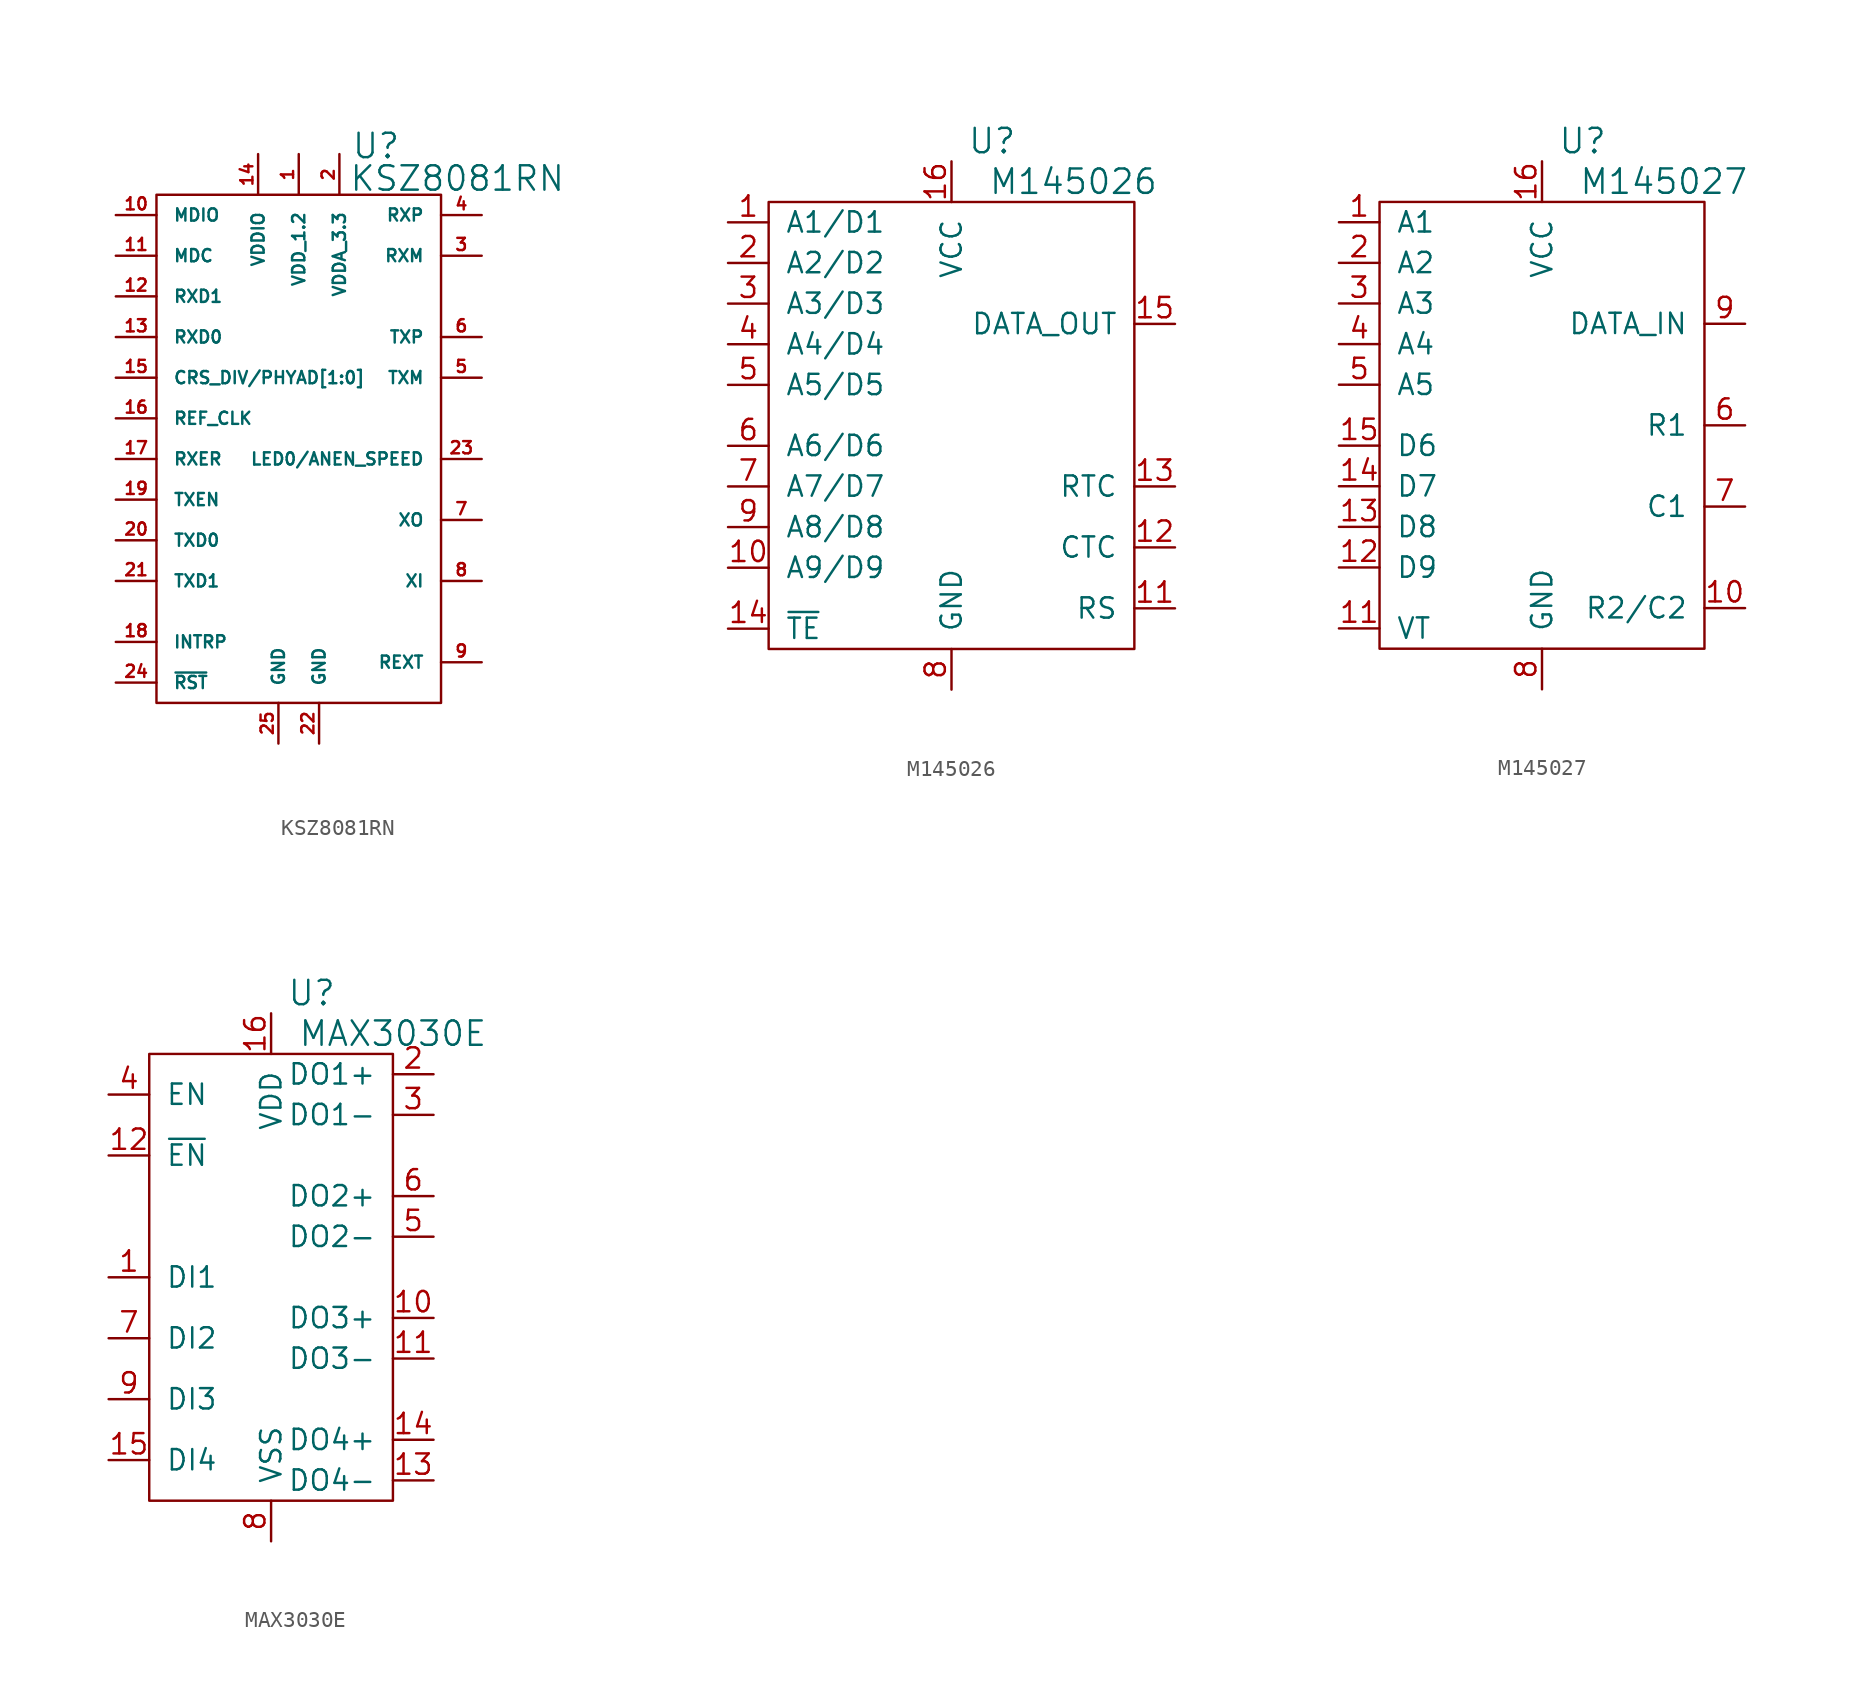
<source format=kicad_sym>
(kicad_symbol_lib
  (version 20220914)
  (generator kicad_symbol_editor)
  (symbol "KSZ8081RN"
    (pin_names
      (offset 1.016))
    (property "Reference" "U"
      (at 4.826 18.288 0)
      (effects (font (size 1.524 1.524))))
    (property "Value" "KSZ8081RN"
      (at 9.906 16.256 0)
      (effects (font (size 1.524 1.524))))
    (property "Footprint" ""
      (at 0 0 0)
      (effects (font (size 1.524 1.524))))
    (property "Datasheet" ""
      (at 0 0 0)
      (effects (font (size 1.524 1.524))))
    (symbol "KSZ8081RN_0_1"
      (rectangle (start -8.89 15.24) (end 8.89 -16.51) (stroke (width 0) (type solid)) (fill (type none))))
    (symbol "KSZ8081RN_1_1"
      (pin passive line (at 0 17.78 270) (length 2.54) (name "VDD_1.2" (effects (font (size 0.762 0.762)))) (number "1" (effects (font (size 0.762 0.762)))))
      (pin passive line (at -11.43 13.97 0) (length 2.54) (name "MDIO" (effects (font (size 0.762 0.762)))) (number "10" (effects (font (size 0.762 0.762)))))
      (pin passive line (at -11.43 11.43 0) (length 2.54) (name "MDC" (effects (font (size 0.762 0.762)))) (number "11" (effects (font (size 0.762 0.762)))))
      (pin passive line (at -11.43 8.89 0) (length 2.54) (name "RXD1" (effects (font (size 0.762 0.762)))) (number "12" (effects (font (size 0.762 0.762)))))
      (pin passive line (at -11.43 6.35 0) (length 2.54) (name "RXD0" (effects (font (size 0.762 0.762)))) (number "13" (effects (font (size 0.762 0.762)))))
      (pin passive line (at -2.54 17.78 270) (length 2.54) (name "VDDIO" (effects (font (size 0.762 0.762)))) (number "14" (effects (font (size 0.762 0.762)))))
      (pin passive line (at -11.43 3.81 0) (length 2.54) (name "CRS_DIV/PHYAD[1:0]" (effects (font (size 0.762 0.762)))) (number "15" (effects (font (size 0.762 0.762)))))
      (pin passive line (at -11.43 1.27 0) (length 2.54) (name "REF_CLK" (effects (font (size 0.762 0.762)))) (number "16" (effects (font (size 0.762 0.762)))))
      (pin passive line (at -11.43 -1.27 0) (length 2.54) (name "RXER" (effects (font (size 0.762 0.762)))) (number "17" (effects (font (size 0.762 0.762)))))
      (pin passive line (at -11.43 -12.7 0) (length 2.54) (name "INTRP" (effects (font (size 0.762 0.762)))) (number "18" (effects (font (size 0.762 0.762)))))
      (pin passive line (at -11.43 -3.81 0) (length 2.54) (name "TXEN" (effects (font (size 0.762 0.762)))) (number "19" (effects (font (size 0.762 0.762)))))
      (pin passive line (at 2.54 17.78 270) (length 2.54) (name "VDDA_3.3" (effects (font (size 0.762 0.762)))) (number "2" (effects (font (size 0.762 0.762)))))
      (pin passive line (at -11.43 -6.35 0) (length 2.54) (name "TXD0" (effects (font (size 0.762 0.762)))) (number "20" (effects (font (size 0.762 0.762)))))
      (pin passive line (at -11.43 -8.89 0) (length 2.54) (name "TXD1" (effects (font (size 0.762 0.762)))) (number "21" (effects (font (size 0.762 0.762)))))
      (pin passive line (at 1.27 -19.05 90) (length 2.54) (name "GND" (effects (font (size 0.762 0.762)))) (number "22" (effects (font (size 0.762 0.762)))))
      (pin passive line (at 11.43 -1.27 180) (length 2.54) (name "LED0/ANEN_SPEED" (effects (font (size 0.762 0.762)))) (number "23" (effects (font (size 0.762 0.762)))))
      (pin passive line (at -11.43 -15.24 0) (length 2.54) (name "~{RST}" (effects (font (size 0.762 0.762)))) (number "24" (effects (font (size 0.762 0.762)))))
      (pin passive line (at -1.27 -19.05 90) (length 2.54) (name "GND" (effects (font (size 0.762 0.762)))) (number "25" (effects (font (size 0.762 0.762)))))
      (pin passive line (at 11.43 11.43 180) (length 2.54) (name "RXM" (effects (font (size 0.762 0.762)))) (number "3" (effects (font (size 0.762 0.762)))))
      (pin passive line (at 11.43 13.97 180) (length 2.54) (name "RXP" (effects (font (size 0.762 0.762)))) (number "4" (effects (font (size 0.762 0.762)))))
      (pin passive line (at 11.43 3.81 180) (length 2.54) (name "TXM" (effects (font (size 0.762 0.762)))) (number "5" (effects (font (size 0.762 0.762)))))
      (pin passive line (at 11.43 6.35 180) (length 2.54) (name "TXP" (effects (font (size 0.762 0.762)))) (number "6" (effects (font (size 0.762 0.762)))))
      (pin passive line (at 11.43 -5.08 180) (length 2.54) (name "XO" (effects (font (size 0.762 0.762)))) (number "7" (effects (font (size 0.762 0.762)))))
      (pin passive line (at 11.43 -8.89 180) (length 2.54) (name "XI" (effects (font (size 0.762 0.762)))) (number "8" (effects (font (size 0.762 0.762)))))
      (pin passive line (at 11.43 -13.97 180) (length 2.54) (name "REXT" (effects (font (size 0.762 0.762)))) (number "9" (effects (font (size 0.762 0.762)))))))
  (symbol "M145026"
    (pin_names
      (offset 1.016))
    (property "Reference" "U"
      (at 2.54 17.78 0)
      (effects (font (size 1.524 1.524))))
    (property "Value" "M145026"
      (at 7.62 15.24 0)
      (effects (font (size 1.524 1.524))))
    (property "Footprint" ""
      (at 0 0 0)
      (effects (font (size 1.524 1.524))))
    (property "Datasheet" ""
      (at 0 0 0)
      (effects (font (size 1.524 1.524))))
    (symbol "M145026_0_1"
      (rectangle (start -11.43 13.97) (end 11.43 -13.97) (stroke (width 0) (type solid)) (fill (type none))))
    (symbol "M145026_1_1"
      (pin passive line (at -13.97 12.7 0) (length 2.54) (name "A1/D1" (effects (font (size 1.27 1.27)))) (number "1" (effects (font (size 1.27 1.27)))))
      (pin passive line (at -13.97 -8.89 0) (length 2.54) (name "A9/D9" (effects (font (size 1.27 1.27)))) (number "10" (effects (font (size 1.27 1.27)))))
      (pin passive line (at 13.97 -11.43 180) (length 2.54) (name "RS" (effects (font (size 1.27 1.27)))) (number "11" (effects (font (size 1.27 1.27)))))
      (pin passive line (at 13.97 -7.62 180) (length 2.54) (name "CTC" (effects (font (size 1.27 1.27)))) (number "12" (effects (font (size 1.27 1.27)))))
      (pin passive line (at 13.97 -3.81 180) (length 2.54) (name "RTC" (effects (font (size 1.27 1.27)))) (number "13" (effects (font (size 1.27 1.27)))))
      (pin passive line (at -13.97 -12.7 0) (length 2.54) (name "~{TE}" (effects (font (size 1.27 1.27)))) (number "14" (effects (font (size 1.27 1.27)))))
      (pin passive line (at 13.97 6.35 180) (length 2.54) (name "DATA_OUT" (effects (font (size 1.27 1.27)))) (number "15" (effects (font (size 1.27 1.27)))))
      (pin passive line (at 0 16.51 270) (length 2.54) (name "VCC" (effects (font (size 1.27 1.27)))) (number "16" (effects (font (size 1.27 1.27)))))
      (pin passive line (at -13.97 10.16 0) (length 2.54) (name "A2/D2" (effects (font (size 1.27 1.27)))) (number "2" (effects (font (size 1.27 1.27)))))
      (pin passive line (at -13.97 7.62 0) (length 2.54) (name "A3/D3" (effects (font (size 1.27 1.27)))) (number "3" (effects (font (size 1.27 1.27)))))
      (pin passive line (at -13.97 5.08 0) (length 2.54) (name "A4/D4" (effects (font (size 1.27 1.27)))) (number "4" (effects (font (size 1.27 1.27)))))
      (pin passive line (at -13.97 2.54 0) (length 2.54) (name "A5/D5" (effects (font (size 1.27 1.27)))) (number "5" (effects (font (size 1.27 1.27)))))
      (pin passive line (at -13.97 -1.27 0) (length 2.54) (name "A6/D6" (effects (font (size 1.27 1.27)))) (number "6" (effects (font (size 1.27 1.27)))))
      (pin passive line (at -13.97 -3.81 0) (length 2.54) (name "A7/D7" (effects (font (size 1.27 1.27)))) (number "7" (effects (font (size 1.27 1.27)))))
      (pin passive line (at 0 -16.51 90) (length 2.54) (name "GND" (effects (font (size 1.27 1.27)))) (number "8" (effects (font (size 1.27 1.27)))))
      (pin passive line (at -13.97 -6.35 0) (length 2.54) (name "A8/D8" (effects (font (size 1.27 1.27)))) (number "9" (effects (font (size 1.27 1.27)))))))
  (symbol "M145027"
    (pin_names
      (offset 1.016))
    (property "Reference" "U"
      (at 2.54 17.78 0)
      (effects (font (size 1.524 1.524))))
    (property "Value" "M145027"
      (at 7.62 15.24 0)
      (effects (font (size 1.524 1.524))))
    (property "Footprint" ""
      (at 0 0 0)
      (effects (font (size 1.524 1.524))))
    (property "Datasheet" ""
      (at 0 0 0)
      (effects (font (size 1.524 1.524))))
    (symbol "M145027_0_1"
      (rectangle (start -10.16 13.97) (end 10.16 -13.97) (stroke (width 0) (type solid)) (fill (type none))))
    (symbol "M145027_1_1"
      (pin passive line (at -12.7 12.7 0) (length 2.54) (name "A1" (effects (font (size 1.27 1.27)))) (number "1" (effects (font (size 1.27 1.27)))))
      (pin passive line (at 12.7 -11.43 180) (length 2.54) (name "R2/C2" (effects (font (size 1.27 1.27)))) (number "10" (effects (font (size 1.27 1.27)))))
      (pin passive line (at -12.7 -12.7 0) (length 2.54) (name "VT" (effects (font (size 1.27 1.27)))) (number "11" (effects (font (size 1.27 1.27)))))
      (pin passive line (at -12.7 -8.89 0) (length 2.54) (name "D9" (effects (font (size 1.27 1.27)))) (number "12" (effects (font (size 1.27 1.27)))))
      (pin passive line (at -12.7 -6.35 0) (length 2.54) (name "D8" (effects (font (size 1.27 1.27)))) (number "13" (effects (font (size 1.27 1.27)))))
      (pin passive line (at -12.7 -3.81 0) (length 2.54) (name "D7" (effects (font (size 1.27 1.27)))) (number "14" (effects (font (size 1.27 1.27)))))
      (pin passive line (at -12.7 -1.27 0) (length 2.54) (name "D6" (effects (font (size 1.27 1.27)))) (number "15" (effects (font (size 1.27 1.27)))))
      (pin passive line (at 0 16.51 270) (length 2.54) (name "VCC" (effects (font (size 1.27 1.27)))) (number "16" (effects (font (size 1.27 1.27)))))
      (pin passive line (at -12.7 10.16 0) (length 2.54) (name "A2" (effects (font (size 1.27 1.27)))) (number "2" (effects (font (size 1.27 1.27)))))
      (pin passive line (at -12.7 7.62 0) (length 2.54) (name "A3" (effects (font (size 1.27 1.27)))) (number "3" (effects (font (size 1.27 1.27)))))
      (pin passive line (at -12.7 5.08 0) (length 2.54) (name "A4" (effects (font (size 1.27 1.27)))) (number "4" (effects (font (size 1.27 1.27)))))
      (pin passive line (at -12.7 2.54 0) (length 2.54) (name "A5" (effects (font (size 1.27 1.27)))) (number "5" (effects (font (size 1.27 1.27)))))
      (pin passive line (at 12.7 0 180) (length 2.54) (name "R1" (effects (font (size 1.27 1.27)))) (number "6" (effects (font (size 1.27 1.27)))))
      (pin passive line (at 12.7 -5.08 180) (length 2.54) (name "C1" (effects (font (size 1.27 1.27)))) (number "7" (effects (font (size 1.27 1.27)))))
      (pin passive line (at 0 -16.51 90) (length 2.54) (name "GND" (effects (font (size 1.27 1.27)))) (number "8" (effects (font (size 1.27 1.27)))))
      (pin passive line (at 12.7 6.35 180) (length 2.54) (name "DATA_IN" (effects (font (size 1.27 1.27)))) (number "9" (effects (font (size 1.27 1.27)))))))
  (symbol "MAX3030E"
    (pin_names
      (offset 1.016))
    (property "Reference" "U"
      (at 2.54 17.78 0)
      (effects (font (size 1.524 1.524))))
    (property "Value" "MAX3030E"
      (at 7.62 15.24 0)
      (effects (font (size 1.524 1.524))))
    (property "Footprint" ""
      (at 0 0 0)
      (effects (font (size 1.524 1.524))))
    (property "Datasheet" ""
      (at 0 0 0)
      (effects (font (size 1.524 1.524))))
    (symbol "MAX3030E_0_1"
      (rectangle (start 7.62 13.97) (end -7.62 -13.97) (stroke (width 0) (type solid)) (fill (type none))))
    (symbol "MAX3030E_1_1"
      (pin passive line (at -10.16 0 0) (length 2.54) (name "DI1" (effects (font (size 1.27 1.27)))) (number "1" (effects (font (size 1.27 1.27)))))
      (pin passive line (at 10.16 -2.54 180) (length 2.54) (name "DO3+" (effects (font (size 1.27 1.27)))) (number "10" (effects (font (size 1.27 1.27)))))
      (pin passive line (at 10.16 -5.08 180) (length 2.54) (name "DO3-" (effects (font (size 1.27 1.27)))) (number "11" (effects (font (size 1.27 1.27)))))
      (pin passive line (at -10.16 7.62 0) (length 2.54) (name "~{EN}" (effects (font (size 1.27 1.27)))) (number "12" (effects (font (size 1.27 1.27)))))
      (pin passive line (at 10.16 -12.7 180) (length 2.54) (name "DO4-" (effects (font (size 1.27 1.27)))) (number "13" (effects (font (size 1.27 1.27)))))
      (pin passive line (at 10.16 -10.16 180) (length 2.54) (name "DO4+" (effects (font (size 1.27 1.27)))) (number "14" (effects (font (size 1.27 1.27)))))
      (pin passive line (at -10.16 -11.43 0) (length 2.54) (name "DI4" (effects (font (size 1.27 1.27)))) (number "15" (effects (font (size 1.27 1.27)))))
      (pin passive line (at 0 16.51 270) (length 2.54) (name "VDD" (effects (font (size 1.27 1.27)))) (number "16" (effects (font (size 1.27 1.27)))))
      (pin passive line (at 10.16 12.7 180) (length 2.54) (name "DO1+" (effects (font (size 1.27 1.27)))) (number "2" (effects (font (size 1.27 1.27)))))
      (pin passive line (at 10.16 10.16 180) (length 2.54) (name "DO1-" (effects (font (size 1.27 1.27)))) (number "3" (effects (font (size 1.27 1.27)))))
      (pin passive line (at -10.16 11.43 0) (length 2.54) (name "EN" (effects (font (size 1.27 1.27)))) (number "4" (effects (font (size 1.27 1.27)))))
      (pin passive line (at 10.16 2.54 180) (length 2.54) (name "DO2-" (effects (font (size 1.27 1.27)))) (number "5" (effects (font (size 1.27 1.27)))))
      (pin passive line (at 10.16 5.08 180) (length 2.54) (name "DO2+" (effects (font (size 1.27 1.27)))) (number "6" (effects (font (size 1.27 1.27)))))
      (pin passive line (at -10.16 -3.81 0) (length 2.54) (name "DI2" (effects (font (size 1.27 1.27)))) (number "7" (effects (font (size 1.27 1.27)))))
      (pin passive line (at 0 -16.51 90) (length 2.54) (name "VSS" (effects (font (size 1.27 1.27)))) (number "8" (effects (font (size 1.27 1.27)))))
      (pin passive line (at -10.16 -7.62 0) (length 2.54) (name "DI3" (effects (font (size 1.27 1.27)))) (number "9" (effects (font (size 1.27 1.27))))))))
</source>
